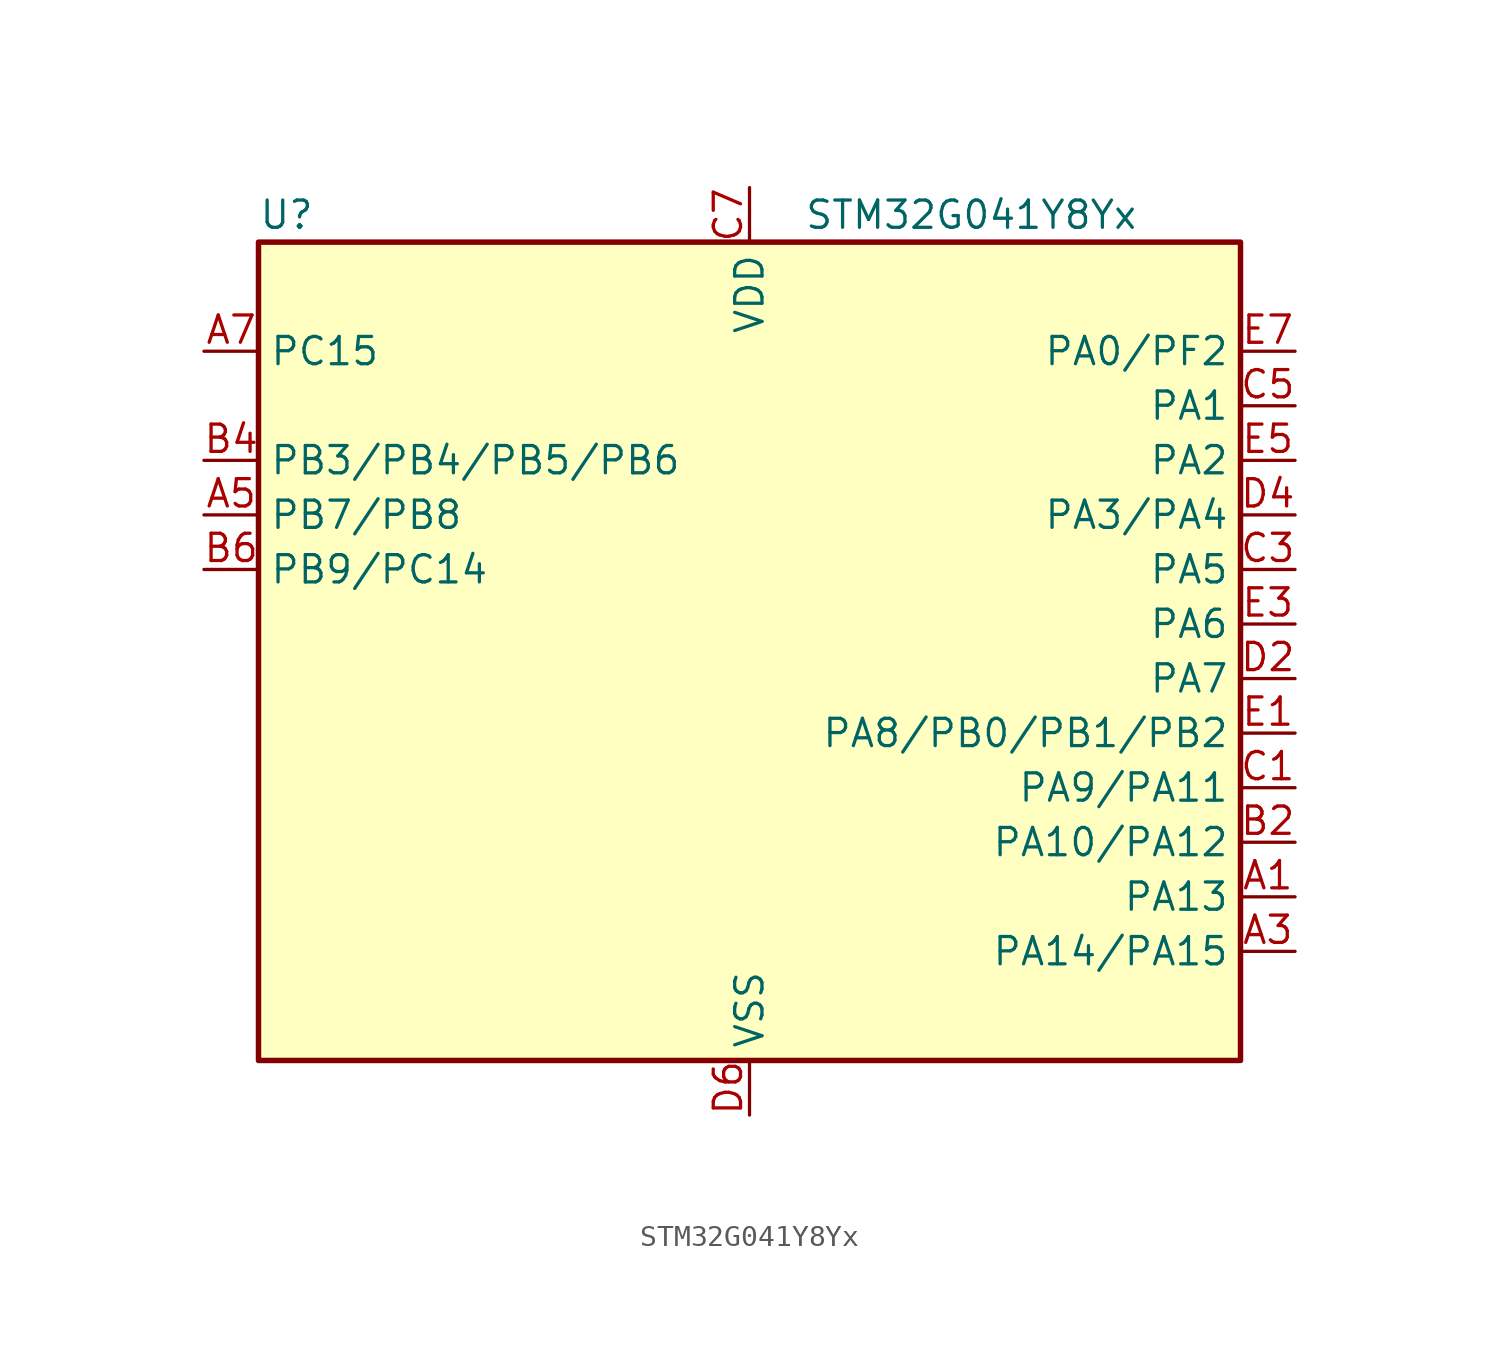
<source format=kicad_sym>
(kicad_symbol_lib
  (version 20231120)
  (generator "kicad-library-utils")
  (generator_version "8.0")
  (symbol "STM32G041Y8Yx"
    (property "Reference" "U"
      (at -22.86 21.59 0)
      (effects (font (size 1.27 1.27)) (justify left)))
    (property "Value" "STM32G041Y8Yx"
      (at 2.54 21.59 0)
      (effects (font (size 1.27 1.27)) (justify left)))
    (symbol "STM32G041Y8Yx_0_1"
      (rectangle (start -22.86 -17.78) (end 22.86 20.32) (stroke (width 0.254) (type default)) (fill (type background))))
    (symbol "STM32G041Y8Yx_1_1"
      (pin bidirectional line (at 25.4 -10.16 180) (length 2.54) (name "PA13" (effects (font (size 1.27 1.27)))) (number "A1" (effects (font (size 1.27 1.27)))) (alternate "ADC1_IN17" bidirectional line) (alternate "IR_OUT" bidirectional line) (alternate "SYS_SWDIO" bidirectional line))
      (pin bidirectional line (at 25.4 -12.7 180) (length 2.54) (name "PA14/PA15" (effects (font (size 1.27 1.27)))) (number "A3" (effects (font (size 1.27 1.27)))) (alternate "PA14" bidirectional line) (alternate "ADC1_IN18 (PA14)" bidirectional line) (alternate "SYS_SWCLK (PA14)" bidirectional line) (alternate "USART2_TX (PA14)" bidirectional line) (alternate "PA15" bidirectional line) (alternate "I2S1_WS (PA15)" bidirectional line) (alternate "SPI1_NSS (PA15)" bidirectional line) (alternate "TIM2_CH1 (PA15)" bidirectional line) (alternate "TIM2_ETR (PA15)" bidirectional line) (alternate "USART2_RX (PA15)" bidirectional line))
      (pin bidirectional line (at -25.4 7.62 0) (length 2.54) (name "PB7/PB8" (effects (font (size 1.27 1.27)))) (number "A5" (effects (font (size 1.27 1.27)))) (alternate "PB7" bidirectional line) (alternate "ADC1_IN11 (PB7)" bidirectional line) (alternate "I2C1_SDA (PB7)" bidirectional line) (alternate "LPTIM1_IN2 (PB7)" bidirectional line) (alternate "SPI2_MOSI (PB7)" bidirectional line) (alternate "SYS_PVD_IN (PB7)" bidirectional line) (alternate "TIM17_CH1N (PB7)" bidirectional line) (alternate "USART1_RX (PB7)" bidirectional line) (alternate "PB8" bidirectional line) (alternate "I2C1_SCL (PB8)" bidirectional line) (alternate "SPI2_SCK (PB8)" bidirectional line) (alternate "TIM16_CH1 (PB8)" bidirectional line))
      (pin bidirectional line (at -25.4 15.24 0) (length 2.54) (name "PC15" (effects (font (size 1.27 1.27)))) (number "A7" (effects (font (size 1.27 1.27)))) (alternate "RCC_OSC32_EN" bidirectional line) (alternate "RCC_OSC32_OUT" bidirectional line) (alternate "RCC_OSC_EN" bidirectional line))
      (pin bidirectional line (at 25.4 -7.62 180) (length 2.54) (name "PA10/PA12" (effects (font (size 1.27 1.27)))) (number "B2" (effects (font (size 1.27 1.27)))) (alternate "PA10" bidirectional line) (alternate "I2C1_SDA (PA10)" bidirectional line) (alternate "SPI2_MOSI (PA10)" bidirectional line) (alternate "TIM17_BK (PA10)" bidirectional line) (alternate "TIM1_CH3 (PA10)" bidirectional line) (alternate "USART1_RX (PA10)" bidirectional line) (alternate "PA12" bidirectional line) (alternate "ADC1_IN16 (PA12)" bidirectional line) (alternate "I2C2_SDA (PA12)" bidirectional line) (alternate "I2S1_SD (PA12)" bidirectional line) (alternate "I2S_CKIN (PA12)" bidirectional line) (alternate "SPI1_MOSI (PA12)" bidirectional line) (alternate "TIM1_ETR (PA12)" bidirectional line) (alternate "USART1_CK (PA12)" bidirectional line) (alternate "USART1_DE (PA12)" bidirectional line) (alternate "USART1_RTS (PA12)" bidirectional line))
      (pin bidirectional line (at -25.4 10.16 0) (length 2.54) (name "PB3/PB4/PB5/PB6" (effects (font (size 1.27 1.27)))) (number "B4" (effects (font (size 1.27 1.27)))) (alternate "PB3" bidirectional line) (alternate "I2S1_CK (PB3)" bidirectional line) (alternate "SPI1_SCK (PB3)" bidirectional line) (alternate "TIM1_CH2 (PB3)" bidirectional line) (alternate "TIM2_CH2 (PB3)" bidirectional line) (alternate "USART1_CK (PB3)" bidirectional line) (alternate "USART1_DE (PB3)" bidirectional line) (alternate "USART1_RTS (PB3)" bidirectional line) (alternate "PB4" bidirectional line) (alternate "I2S1_MCK (PB4)" bidirectional line) (alternate "SPI1_MISO (PB4)" bidirectional line) (alternate "TIM17_BK (PB4)" bidirectional line) (alternate "TIM3_CH1 (PB4)" bidirectional line) (alternate "USART1_CTS (PB4)" bidirectional line) (alternate "USART1_NSS (PB4)" bidirectional line) (alternate "PB5" bidirectional line) (alternate "I2C1_SMBA (PB5)" bidirectional line) (alternate "I2S1_SD (PB5)" bidirectional line) (alternate "LPTIM1_IN1 (PB5)" bidirectional line) (alternate "SPI1_MOSI (PB5)" bidirectional line) (alternate "SYS_WKUP6 (PB5)" bidirectional line) (alternate "TIM16_BK (PB5)" bidirectional line) (alternate "TIM3_CH2 (PB5)" bidirectional line) (alternate "PB6" bidirectional line) (alternate "I2C1_SCL (PB6)" bidirectional line) (alternate "LPTIM1_ETR (PB6)" bidirectional line) (alternate "SPI2_MISO (PB6)" bidirectional line) (alternate "TIM16_CH1N (PB6)" bidirectional line) (alternate "TIM1_CH3 (PB6)" bidirectional line) (alternate "USART1_TX (PB6)" bidirectional line))
      (pin bidirectional line (at -25.4 5.08 0) (length 2.54) (name "PB9/PC14" (effects (font (size 1.27 1.27)))) (number "B6" (effects (font (size 1.27 1.27)))) (alternate "PB9" bidirectional line) (alternate "I2C1_SDA (PB9)" bidirectional line) (alternate "IR_OUT (PB9)" bidirectional line) (alternate "SPI2_NSS (PB9)" bidirectional line) (alternate "TIM17_CH1 (PB9)" bidirectional line) (alternate "PC14" bidirectional line) (alternate "RCC_OSC32_IN (PC14)" bidirectional line) (alternate "RCC_OSC_IN (PC14)" bidirectional line) (alternate "TIM1_BK2 (PC14)" bidirectional line))
      (pin bidirectional line (at 25.4 -5.08 180) (length 2.54) (name "PA9/PA11" (effects (font (size 1.27 1.27)))) (number "C1" (effects (font (size 1.27 1.27)))) (alternate "PA9" bidirectional line) (alternate "I2C1_SCL (PA9)" bidirectional line) (alternate "RCC_MCO (PA9)" bidirectional line) (alternate "SPI2_MISO (PA9)" bidirectional line) (alternate "TIM1_CH2 (PA9)" bidirectional line) (alternate "USART1_TX (PA9)" bidirectional line) (alternate "PA11" bidirectional line) (alternate "ADC1_EXTI11 (PA11)" bidirectional line) (alternate "ADC1_IN15 (PA11)" bidirectional line) (alternate "I2C2_SCL (PA11)" bidirectional line) (alternate "I2S1_MCK (PA11)" bidirectional line) (alternate "SPI1_MISO (PA11)" bidirectional line) (alternate "TIM1_BK2 (PA11)" bidirectional line) (alternate "TIM1_CH4 (PA11)" bidirectional line) (alternate "USART1_CTS (PA11)" bidirectional line) (alternate "USART1_NSS (PA11)" bidirectional line))
      (pin bidirectional line (at 25.4 5.08 180) (length 2.54) (name "PA5" (effects (font (size 1.27 1.27)))) (number "C3" (effects (font (size 1.27 1.27)))) (alternate "ADC1_IN5" bidirectional line) (alternate "I2S1_CK" bidirectional line) (alternate "LPTIM2_ETR" bidirectional line) (alternate "SPI1_SCK" bidirectional line) (alternate "TIM2_CH1" bidirectional line) (alternate "TIM2_ETR" bidirectional line))
      (pin bidirectional line (at 25.4 12.7 180) (length 2.54) (name "PA1" (effects (font (size 1.27 1.27)))) (number "C5" (effects (font (size 1.27 1.27)))) (alternate "ADC1_IN1" bidirectional line) (alternate "I2C1_SMBA" bidirectional line) (alternate "I2S1_CK" bidirectional line) (alternate "SPI1_SCK" bidirectional line) (alternate "TIM2_CH2" bidirectional line) (alternate "USART2_CK" bidirectional line) (alternate "USART2_DE" bidirectional line) (alternate "USART2_RTS" bidirectional line))
      (pin power_in line (at 0 22.86 270) (length 2.54) (name "VDD" (effects (font (size 1.27 1.27)))) (number "C7" (effects (font (size 1.27 1.27)))))
      (pin bidirectional line (at 25.4 0 180) (length 2.54) (name "PA7" (effects (font (size 1.27 1.27)))) (number "D2" (effects (font (size 1.27 1.27)))) (alternate "ADC1_IN7" bidirectional line) (alternate "I2S1_SD" bidirectional line) (alternate "SPI1_MOSI" bidirectional line) (alternate "TIM14_CH1" bidirectional line) (alternate "TIM17_CH1" bidirectional line) (alternate "TIM1_CH1N" bidirectional line) (alternate "TIM3_CH2" bidirectional line))
      (pin bidirectional line (at 25.4 7.62 180) (length 2.54) (name "PA3/PA4" (effects (font (size 1.27 1.27)))) (number "D4" (effects (font (size 1.27 1.27)))) (alternate "PA3" bidirectional line) (alternate "ADC1_IN3 (PA3)" bidirectional line) (alternate "LPUART1_RX (PA3)" bidirectional line) (alternate "SPI2_MISO (PA3)" bidirectional line) (alternate "TIM2_CH4 (PA3)" bidirectional line) (alternate "USART2_RX (PA3)" bidirectional line) (alternate "PA4" bidirectional line) (alternate "ADC1_IN4 (PA4)" bidirectional line) (alternate "I2S1_WS (PA4)" bidirectional line) (alternate "LPTIM2_OUT (PA4)" bidirectional line) (alternate "RTC_OUT_ALARM (PA4)" bidirectional line) (alternate "RTC_OUT_CALIB (PA4)" bidirectional line) (alternate "RTC_TAMP_IN1 (PA4)" bidirectional line) (alternate "RTC_TS (PA4)" bidirectional line) (alternate "SPI1_NSS (PA4)" bidirectional line) (alternate "SPI2_MOSI (PA4)" bidirectional line) (alternate "SYS_WKUP2 (PA4)" bidirectional line) (alternate "TIM14_CH1 (PA4)" bidirectional line))
      (pin power_in line (at 0 -20.32 90) (length 2.54) (name "VSS" (effects (font (size 1.27 1.27)))) (number "D6" (effects (font (size 1.27 1.27)))))
      (pin bidirectional line (at 25.4 -2.54 180) (length 2.54) (name "PA8/PB0/PB1/PB2" (effects (font (size 1.27 1.27)))) (number "E1" (effects (font (size 1.27 1.27)))) (alternate "PA8" bidirectional line) (alternate "LPTIM2_OUT (PA8)" bidirectional line) (alternate "RCC_MCO (PA8)" bidirectional line) (alternate "SPI2_NSS (PA8)" bidirectional line) (alternate "TIM1_CH1 (PA8)" bidirectional line) (alternate "PB0" bidirectional line) (alternate "ADC1_IN8 (PB0)" bidirectional line) (alternate "I2S1_WS (PB0)" bidirectional line) (alternate "LPTIM1_OUT (PB0)" bidirectional line) (alternate "SPI1_NSS (PB0)" bidirectional line) (alternate "TIM1_CH2N (PB0)" bidirectional line) (alternate "TIM3_CH3 (PB0)" bidirectional line) (alternate "PB1" bidirectional line) (alternate "ADC1_IN9 (PB1)" bidirectional line) (alternate "LPTIM2_IN1 (PB1)" bidirectional line) (alternate "LPUART1_DE (PB1)" bidirectional line) (alternate "LPUART1_RTS (PB1)" bidirectional line) (alternate "TIM14_CH1 (PB1)" bidirectional line) (alternate "TIM1_CH3N (PB1)" bidirectional line) (alternate "TIM3_CH4 (PB1)" bidirectional line) (alternate "PB2" bidirectional line) (alternate "ADC1_IN10 (PB2)" bidirectional line) (alternate "LPTIM1_OUT (PB2)" bidirectional line) (alternate "SPI2_MISO (PB2)" bidirectional line))
      (pin bidirectional line (at 25.4 2.54 180) (length 2.54) (name "PA6" (effects (font (size 1.27 1.27)))) (number "E3" (effects (font (size 1.27 1.27)))) (alternate "ADC1_IN6" bidirectional line) (alternate "I2S1_MCK" bidirectional line) (alternate "LPUART1_CTS" bidirectional line) (alternate "SPI1_MISO" bidirectional line) (alternate "TIM16_CH1" bidirectional line) (alternate "TIM1_BK" bidirectional line) (alternate "TIM3_CH1" bidirectional line))
      (pin bidirectional line (at 25.4 10.16 180) (length 2.54) (name "PA2" (effects (font (size 1.27 1.27)))) (number "E5" (effects (font (size 1.27 1.27)))) (alternate "ADC1_IN2" bidirectional line) (alternate "I2S1_SD" bidirectional line) (alternate "LPUART1_TX" bidirectional line) (alternate "RCC_LSCO" bidirectional line) (alternate "SPI1_MOSI" bidirectional line) (alternate "SYS_WKUP4" bidirectional line) (alternate "TIM2_CH3" bidirectional line) (alternate "USART2_TX" bidirectional line))
      (pin bidirectional line (at 25.4 15.24 180) (length 2.54) (name "PA0/PF2" (effects (font (size 1.27 1.27)))) (number "E7" (effects (font (size 1.27 1.27)))) (alternate "PA0" bidirectional line) (alternate "ADC1_IN0 (PA0)" bidirectional line) (alternate "LPTIM1_OUT (PA0)" bidirectional line) (alternate "RTC_TAMP_IN2 (PA0)" bidirectional line) (alternate "SPI2_SCK (PA0)" bidirectional line) (alternate "SYS_WKUP1 (PA0)" bidirectional line) (alternate "TIM2_CH1 (PA0)" bidirectional line) (alternate "TIM2_ETR (PA0)" bidirectional line) (alternate "USART2_CTS (PA0)" bidirectional line) (alternate "USART2_NSS (PA0)" bidirectional line) (alternate "PF2" bidirectional line) (alternate "RCC_MCO (PF2)" bidirectional line)))))
</source>
